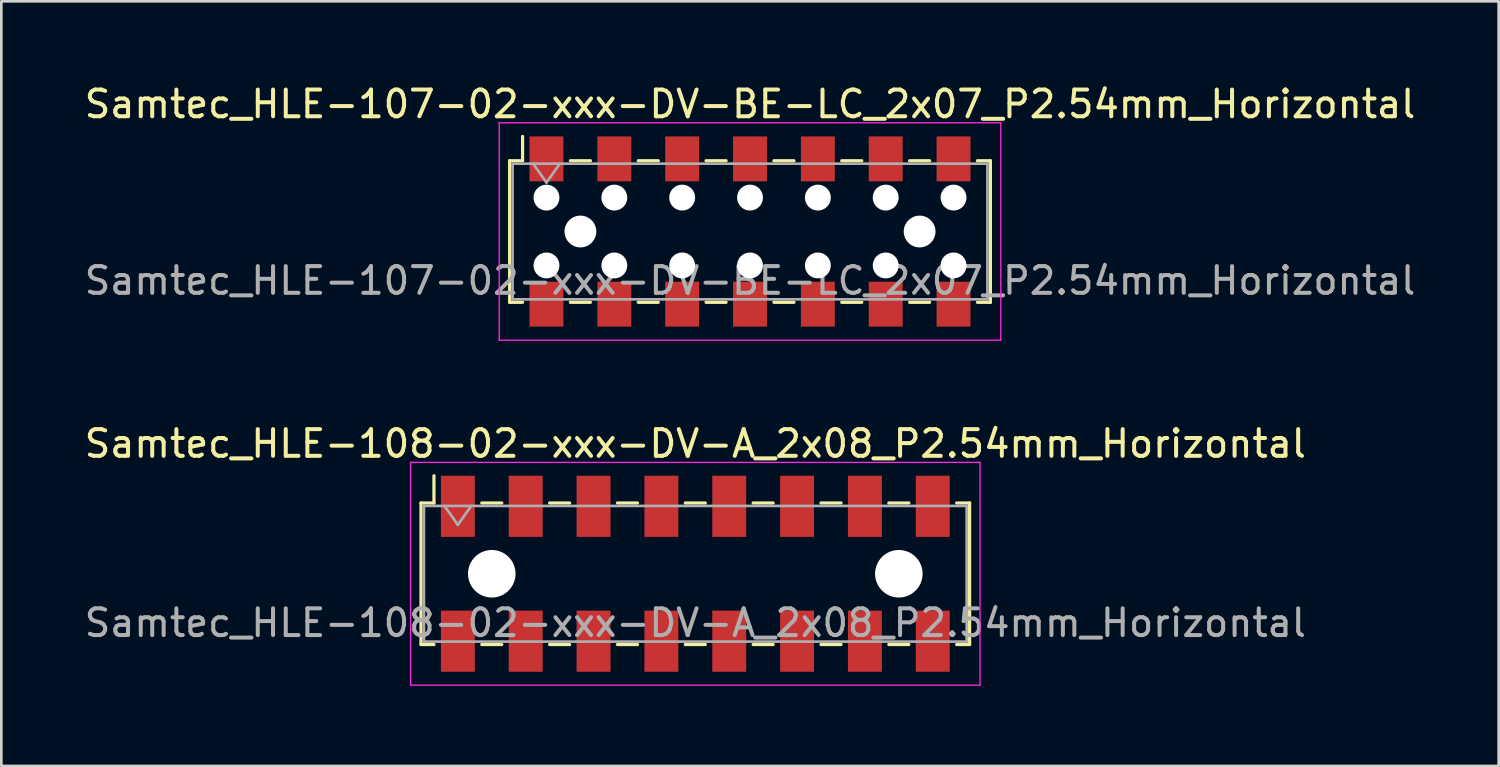
<source format=kicad_pcb>
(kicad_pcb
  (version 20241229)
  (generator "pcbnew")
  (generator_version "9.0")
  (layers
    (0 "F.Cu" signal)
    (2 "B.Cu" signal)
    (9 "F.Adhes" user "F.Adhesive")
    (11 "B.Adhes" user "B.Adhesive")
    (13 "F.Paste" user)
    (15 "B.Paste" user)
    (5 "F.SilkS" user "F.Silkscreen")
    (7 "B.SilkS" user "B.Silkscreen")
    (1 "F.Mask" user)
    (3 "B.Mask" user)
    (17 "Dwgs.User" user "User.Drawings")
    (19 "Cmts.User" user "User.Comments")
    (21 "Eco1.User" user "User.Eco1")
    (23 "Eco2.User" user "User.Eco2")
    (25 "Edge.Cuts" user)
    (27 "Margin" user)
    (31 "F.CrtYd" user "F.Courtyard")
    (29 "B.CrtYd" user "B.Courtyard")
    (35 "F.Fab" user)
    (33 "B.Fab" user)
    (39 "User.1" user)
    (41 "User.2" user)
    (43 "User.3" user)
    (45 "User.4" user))
  (footprint "Samtec_HLE-108-02-xxx-DV-A_2x08_P2.54mm_Horizontal"
    (layer "F.Cu")
    (at 22.982 18.431)
    (property "Reference" "Samtec_HLE-108-02-xxx-DV-A_2x08_P2.54mm_Horizontal" (at 0 -4.87 0) (layer "F.SilkS") (effects (font (size 1 1) (thickness 0.15))))
    (attr smd)
    (fp_line (start -10.27 -2.65) (end -10.27 2.65) (stroke (width 0.12) (type solid)) (layer "F.SilkS"))
    (fp_line (start -10.27 2.65) (end -9.785 2.65) (stroke (width 0.12) (type solid)) (layer "F.SilkS"))
    (fp_line (start -9.785 -3.67) (end -9.785 -2.65) (stroke (width 0.12) (type solid)) (layer "F.SilkS"))
    (fp_line (start -9.785 -2.65) (end -10.27 -2.65) (stroke (width 0.12) (type solid)) (layer "F.SilkS"))
    (fp_line (start -7.995 -2.65) (end -7.245 -2.65) (stroke (width 0.12) (type solid)) (layer "F.SilkS"))
    (fp_line (start -7.995 2.65) (end -7.245 2.65) (stroke (width 0.12) (type solid)) (layer "F.SilkS"))
    (fp_line (start -5.455 -2.65) (end -4.705 -2.65) (stroke (width 0.12) (type solid)) (layer "F.SilkS"))
    (fp_line (start -5.455 2.65) (end -4.705 2.65) (stroke (width 0.12) (type solid)) (layer "F.SilkS"))
    (fp_line (start -2.915 -2.65) (end -2.165 -2.65) (stroke (width 0.12) (type solid)) (layer "F.SilkS"))
    (fp_line (start -2.915 2.65) (end -2.165 2.65) (stroke (width 0.12) (type solid)) (layer "F.SilkS"))
    (fp_line (start -0.375 -2.65) (end 0.375 -2.65) (stroke (width 0.12) (type solid)) (layer "F.SilkS"))
    (fp_line (start -0.375 2.65) (end 0.375 2.65) (stroke (width 0.12) (type solid)) (layer "F.SilkS"))
    (fp_line (start 2.165 -2.65) (end 2.915 -2.65) (stroke (width 0.12) (type solid)) (layer "F.SilkS"))
    (fp_line (start 2.165 2.65) (end 2.915 2.65) (stroke (width 0.12) (type solid)) (layer "F.SilkS"))
    (fp_line (start 4.705 -2.65) (end 5.455 -2.65) (stroke (width 0.12) (type solid)) (layer "F.SilkS"))
    (fp_line (start 4.705 2.65) (end 5.455 2.65) (stroke (width 0.12) (type solid)) (layer "F.SilkS"))
    (fp_line (start 7.245 -2.65) (end 7.995 -2.65) (stroke (width 0.12) (type solid)) (layer "F.SilkS"))
    (fp_line (start 7.245 2.65) (end 7.995 2.65) (stroke (width 0.12) (type solid)) (layer "F.SilkS"))
    (fp_line (start 9.785 -2.65) (end 10.27 -2.65) (stroke (width 0.12) (type solid)) (layer "F.SilkS"))
    (fp_line (start 10.27 -2.65) (end 10.27 2.65) (stroke (width 0.12) (type solid)) (layer "F.SilkS"))
    (fp_line (start 10.27 2.65) (end 9.785 2.65) (stroke (width 0.12) (type solid)) (layer "F.SilkS"))
    (fp_line (start -10.66 -4.17) (end 10.66 -4.17) (stroke (width 0.05) (type solid)) (layer "F.CrtYd"))
    (fp_line (start -10.66 4.17) (end -10.66 -4.17) (stroke (width 0.05) (type solid)) (layer "F.CrtYd"))
    (fp_line (start 10.66 -4.17) (end 10.66 4.17) (stroke (width 0.05) (type solid)) (layer "F.CrtYd"))
    (fp_line (start 10.66 4.17) (end -10.66 4.17) (stroke (width 0.05) (type solid)) (layer "F.CrtYd"))
    (fp_line (start -10.16 -2.54) (end 10.16 -2.54) (stroke (width 0.1) (type solid)) (layer "F.Fab"))
    (fp_line (start -10.16 2.54) (end -10.16 -2.54) (stroke (width 0.1) (type solid)) (layer "F.Fab"))
    (fp_line (start -9.39 -2.54) (end -8.89 -1.833) (stroke (width 0.1) (type solid)) (layer "F.Fab"))
    (fp_line (start -8.89 -1.833) (end -8.39 -2.54) (stroke (width 0.1) (type solid)) (layer "F.Fab"))
    (fp_line (start 10.16 -2.54) (end 10.16 2.54) (stroke (width 0.1) (type solid)) (layer "F.Fab"))
    (fp_line (start 10.16 2.54) (end -10.16 2.54) (stroke (width 0.1) (type solid)) (layer "F.Fab"))
    (fp_text user "${REFERENCE}" (at 0 1.84 0) (layer "F.Fab") (effects (font (size 1 1) (thickness 0.15))))
    (pad "" np_thru_hole circle (at -7.62 0) (size 1.78 1.78) (drill 1.78) (layers "*.Cu" "*.Mask"))
    (pad "" np_thru_hole circle (at 7.62 0) (size 1.78 1.78) (drill 1.78) (layers "*.Cu" "*.Mask"))
    (pad "1" smd rect (at -8.89 -2.525) (size 1.27 2.29) (layers "F.Cu" "F.Mask" "F.Paste"))
    (pad "2" smd rect (at -8.89 2.525) (size 1.27 2.29) (layers "F.Cu" "F.Mask" "F.Paste"))
    (pad "3" smd rect (at -6.35 -2.525) (size 1.27 2.29) (layers "F.Cu" "F.Mask" "F.Paste"))
    (pad "4" smd rect (at -6.35 2.525) (size 1.27 2.29) (layers "F.Cu" "F.Mask" "F.Paste"))
    (pad "5" smd rect (at -3.81 -2.525) (size 1.27 2.29) (layers "F.Cu" "F.Mask" "F.Paste"))
    (pad "6" smd rect (at -3.81 2.525) (size 1.27 2.29) (layers "F.Cu" "F.Mask" "F.Paste"))
    (pad "7" smd rect (at -1.27 -2.525) (size 1.27 2.29) (layers "F.Cu" "F.Mask" "F.Paste"))
    (pad "8" smd rect (at -1.27 2.525) (size 1.27 2.29) (layers "F.Cu" "F.Mask" "F.Paste"))
    (pad "9" smd rect (at 1.27 -2.525) (size 1.27 2.29) (layers "F.Cu" "F.Mask" "F.Paste"))
    (pad "10" smd rect (at 1.27 2.525) (size 1.27 2.29) (layers "F.Cu" "F.Mask" "F.Paste"))
    (pad "11" smd rect (at 3.81 -2.525) (size 1.27 2.29) (layers "F.Cu" "F.Mask" "F.Paste"))
    (pad "12" smd rect (at 3.81 2.525) (size 1.27 2.29) (layers "F.Cu" "F.Mask" "F.Paste"))
    (pad "13" smd rect (at 6.35 -2.525) (size 1.27 2.29) (layers "F.Cu" "F.Mask" "F.Paste"))
    (pad "14" smd rect (at 6.35 2.525) (size 1.27 2.29) (layers "F.Cu" "F.Mask" "F.Paste"))
    (pad "15" smd rect (at 8.89 -2.525) (size 1.27 2.29) (layers "F.Cu" "F.Mask" "F.Paste"))
    (pad "16" smd rect (at 8.89 2.525) (size 1.27 2.29) (layers "F.Cu" "F.Mask" "F.Paste")))
  (footprint "Samtec_HLE-107-02-xxx-DV-BE-LC_2x07_P2.54mm_Horizontal"
    (layer "F.Cu")
    (at 25.03 5.618)
    (property "Reference" "Samtec_HLE-107-02-xxx-DV-BE-LC_2x07_P2.54mm_Horizontal" (at 0 -4.77 0) (layer "F.SilkS") (effects (font (size 1 1) (thickness 0.15))))
    (attr smd)
    (fp_line (start -9 -2.65) (end -9 2.65) (stroke (width 0.12) (type solid)) (layer "F.SilkS"))
    (fp_line (start -9 2.65) (end -8.515 2.65) (stroke (width 0.12) (type solid)) (layer "F.SilkS"))
    (fp_line (start -8.515 -3.56) (end -8.515 -2.65) (stroke (width 0.12) (type solid)) (layer "F.SilkS"))
    (fp_line (start -8.515 -2.65) (end -9 -2.65) (stroke (width 0.12) (type solid)) (layer "F.SilkS"))
    (fp_line (start -6.725 -2.65) (end -5.975 -2.65) (stroke (width 0.12) (type solid)) (layer "F.SilkS"))
    (fp_line (start -6.725 2.65) (end -5.975 2.65) (stroke (width 0.12) (type solid)) (layer "F.SilkS"))
    (fp_line (start -4.185 -2.65) (end -3.435 -2.65) (stroke (width 0.12) (type solid)) (layer "F.SilkS"))
    (fp_line (start -4.185 2.65) (end -3.435 2.65) (stroke (width 0.12) (type solid)) (layer "F.SilkS"))
    (fp_line (start -1.645 -2.65) (end -0.895 -2.65) (stroke (width 0.12) (type solid)) (layer "F.SilkS"))
    (fp_line (start -1.645 2.65) (end -0.895 2.65) (stroke (width 0.12) (type solid)) (layer "F.SilkS"))
    (fp_line (start 0.895 -2.65) (end 1.645 -2.65) (stroke (width 0.12) (type solid)) (layer "F.SilkS"))
    (fp_line (start 0.895 2.65) (end 1.645 2.65) (stroke (width 0.12) (type solid)) (layer "F.SilkS"))
    (fp_line (start 3.435 -2.65) (end 4.185 -2.65) (stroke (width 0.12) (type solid)) (layer "F.SilkS"))
    (fp_line (start 3.435 2.65) (end 4.185 2.65) (stroke (width 0.12) (type solid)) (layer "F.SilkS"))
    (fp_line (start 5.975 -2.65) (end 6.725 -2.65) (stroke (width 0.12) (type solid)) (layer "F.SilkS"))
    (fp_line (start 5.975 2.65) (end 6.725 2.65) (stroke (width 0.12) (type solid)) (layer "F.SilkS"))
    (fp_line (start 8.515 -2.65) (end 9 -2.65) (stroke (width 0.12) (type solid)) (layer "F.SilkS"))
    (fp_line (start 9 -2.65) (end 9 2.65) (stroke (width 0.12) (type solid)) (layer "F.SilkS"))
    (fp_line (start 9 2.65) (end 8.515 2.65) (stroke (width 0.12) (type solid)) (layer "F.SilkS"))
    (fp_line (start -9.39 -4.07) (end 9.39 -4.07) (stroke (width 0.05) (type solid)) (layer "F.CrtYd"))
    (fp_line (start -9.39 4.07) (end -9.39 -4.07) (stroke (width 0.05) (type solid)) (layer "F.CrtYd"))
    (fp_line (start 9.39 -4.07) (end 9.39 4.07) (stroke (width 0.05) (type solid)) (layer "F.CrtYd"))
    (fp_line (start 9.39 4.07) (end -9.39 4.07) (stroke (width 0.05) (type solid)) (layer "F.CrtYd"))
    (fp_line (start -8.89 -2.54) (end 8.89 -2.54) (stroke (width 0.1) (type solid)) (layer "F.Fab"))
    (fp_line (start -8.89 2.54) (end -8.89 -2.54) (stroke (width 0.1) (type solid)) (layer "F.Fab"))
    (fp_line (start -8.12 -2.54) (end -7.62 -1.833) (stroke (width 0.1) (type solid)) (layer "F.Fab"))
    (fp_line (start -7.62 -1.833) (end -7.12 -2.54) (stroke (width 0.1) (type solid)) (layer "F.Fab"))
    (fp_line (start 8.89 -2.54) (end 8.89 2.54) (stroke (width 0.1) (type solid)) (layer "F.Fab"))
    (fp_line (start 8.89 2.54) (end -8.89 2.54) (stroke (width 0.1) (type solid)) (layer "F.Fab"))
    (fp_text user "${REFERENCE}" (at 0 1.84 0) (layer "F.Fab") (effects (font (size 1 1) (thickness 0.15))))
    (pad "" np_thru_hole circle (at -7.62 -1.27) (size 0.97 0.97) (drill 0.97) (layers "*.Cu" "*.Mask"))
    (pad "" np_thru_hole circle (at -7.62 1.27) (size 0.97 0.97) (drill 0.97) (layers "*.Cu" "*.Mask"))
    (pad "" np_thru_hole circle (at -6.35 0) (size 1.19 1.19) (drill 1.19) (layers "*.Cu" "*.Mask"))
    (pad "" np_thru_hole circle (at -5.08 -1.27) (size 0.97 0.97) (drill 0.97) (layers "*.Cu" "*.Mask"))
    (pad "" np_thru_hole circle (at -5.08 1.27) (size 0.97 0.97) (drill 0.97) (layers "*.Cu" "*.Mask"))
    (pad "" np_thru_hole circle (at -2.54 -1.27) (size 0.97 0.97) (drill 0.97) (layers "*.Cu" "*.Mask"))
    (pad "" np_thru_hole circle (at -2.54 1.27) (size 0.97 0.97) (drill 0.97) (layers "*.Cu" "*.Mask"))
    (pad "" np_thru_hole circle (at 0 -1.27) (size 0.97 0.97) (drill 0.97) (layers "*.Cu" "*.Mask"))
    (pad "" np_thru_hole circle (at 0 1.27) (size 0.97 0.97) (drill 0.97) (layers "*.Cu" "*.Mask"))
    (pad "" np_thru_hole circle (at 2.54 -1.27) (size 0.97 0.97) (drill 0.97) (layers "*.Cu" "*.Mask"))
    (pad "" np_thru_hole circle (at 2.54 1.27) (size 0.97 0.97) (drill 0.97) (layers "*.Cu" "*.Mask"))
    (pad "" np_thru_hole circle (at 5.08 -1.27) (size 0.97 0.97) (drill 0.97) (layers "*.Cu" "*.Mask"))
    (pad "" np_thru_hole circle (at 5.08 1.27) (size 0.97 0.97) (drill 0.97) (layers "*.Cu" "*.Mask"))
    (pad "" np_thru_hole circle (at 6.35 0) (size 1.19 1.19) (drill 1.19) (layers "*.Cu" "*.Mask"))
    (pad "" np_thru_hole circle (at 7.62 -1.27) (size 0.97 0.97) (drill 0.97) (layers "*.Cu" "*.Mask"))
    (pad "" np_thru_hole circle (at 7.62 1.27) (size 0.97 0.97) (drill 0.97) (layers "*.Cu" "*.Mask"))
    (pad "1" smd rect (at -7.62 -2.72) (size 1.27 1.68) (layers "F.Cu" "F.Mask" "F.Paste"))
    (pad "2" smd rect (at -7.62 2.72) (size 1.27 1.68) (layers "F.Cu" "F.Mask" "F.Paste"))
    (pad "3" smd rect (at -5.08 -2.72) (size 1.27 1.68) (layers "F.Cu" "F.Mask" "F.Paste"))
    (pad "4" smd rect (at -5.08 2.72) (size 1.27 1.68) (layers "F.Cu" "F.Mask" "F.Paste"))
    (pad "5" smd rect (at -2.54 -2.72) (size 1.27 1.68) (layers "F.Cu" "F.Mask" "F.Paste"))
    (pad "6" smd rect (at -2.54 2.72) (size 1.27 1.68) (layers "F.Cu" "F.Mask" "F.Paste"))
    (pad "7" smd rect (at 0 -2.72) (size 1.27 1.68) (layers "F.Cu" "F.Mask" "F.Paste"))
    (pad "8" smd rect (at 0 2.72) (size 1.27 1.68) (layers "F.Cu" "F.Mask" "F.Paste"))
    (pad "9" smd rect (at 2.54 -2.72) (size 1.27 1.68) (layers "F.Cu" "F.Mask" "F.Paste"))
    (pad "10" smd rect (at 2.54 2.72) (size 1.27 1.68) (layers "F.Cu" "F.Mask" "F.Paste"))
    (pad "11" smd rect (at 5.08 -2.72) (size 1.27 1.68) (layers "F.Cu" "F.Mask" "F.Paste"))
    (pad "12" smd rect (at 5.08 2.72) (size 1.27 1.68) (layers "F.Cu" "F.Mask" "F.Paste"))
    (pad "13" smd rect (at 7.62 -2.72) (size 1.27 1.68) (layers "F.Cu" "F.Mask" "F.Paste"))
    (pad "14" smd rect (at 7.62 2.72) (size 1.27 1.68) (layers "F.Cu" "F.Mask" "F.Paste")))
  (gr_rect
    (start -3 -3)
    (end 53.06 25.627)
    (stroke (width 0.1) (type default))
    (fill no)
    (layer "Edge.Cuts")))
</source>
